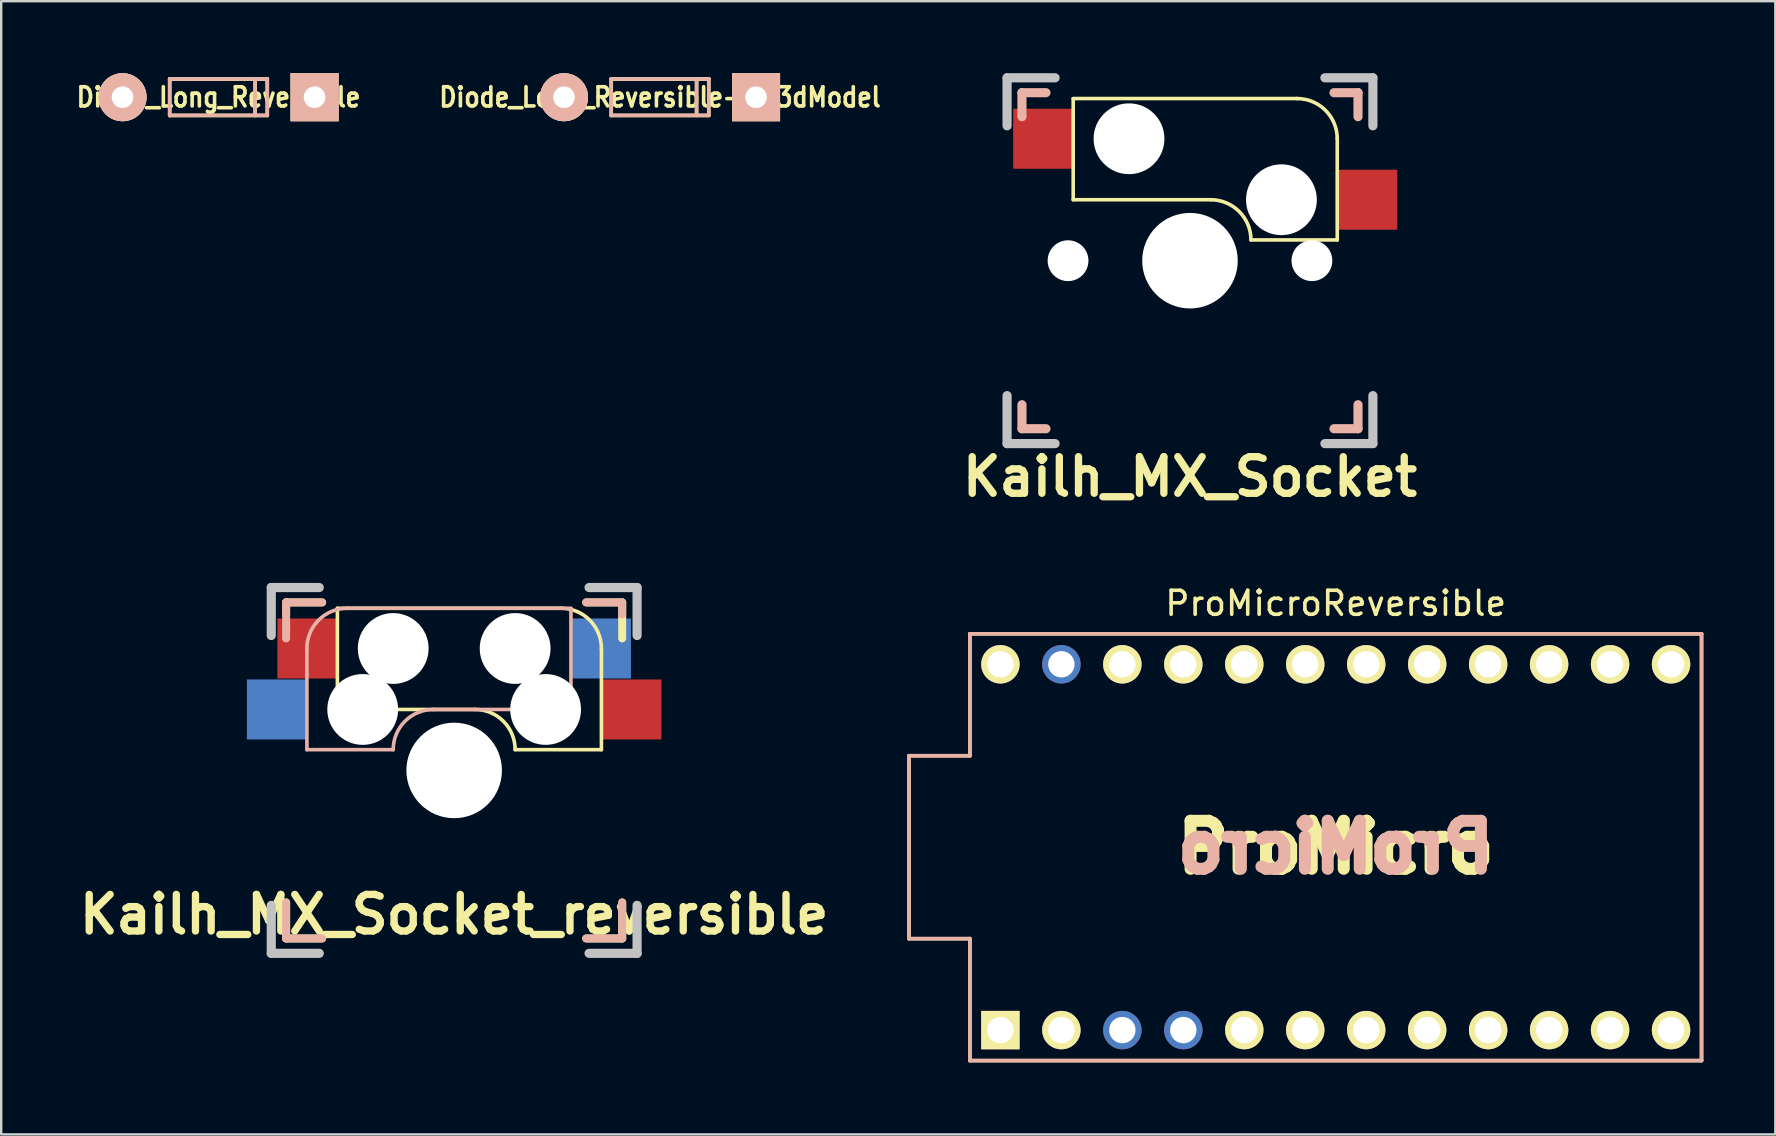
<source format=kicad_pcb>
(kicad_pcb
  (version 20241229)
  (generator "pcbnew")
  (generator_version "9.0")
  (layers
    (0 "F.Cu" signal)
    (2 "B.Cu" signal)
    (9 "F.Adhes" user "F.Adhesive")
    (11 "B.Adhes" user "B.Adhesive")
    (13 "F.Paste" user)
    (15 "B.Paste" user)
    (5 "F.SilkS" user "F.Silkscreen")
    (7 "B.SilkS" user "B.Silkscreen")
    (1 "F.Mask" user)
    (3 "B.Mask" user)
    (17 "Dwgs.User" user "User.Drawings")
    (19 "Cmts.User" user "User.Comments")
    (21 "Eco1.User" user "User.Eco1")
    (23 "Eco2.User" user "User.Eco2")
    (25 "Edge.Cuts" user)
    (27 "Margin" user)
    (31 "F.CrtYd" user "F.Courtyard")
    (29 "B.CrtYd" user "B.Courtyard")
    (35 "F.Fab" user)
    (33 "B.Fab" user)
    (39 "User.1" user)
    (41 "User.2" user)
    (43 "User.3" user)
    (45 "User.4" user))
  (footprint "Diode_Long_Reversible-No3dModel"
    (layer "F.Cu")
    (at 24.448 1)
    (property "Reference" "Diode_Long_Reversible-No3dModel" (at 0 0 0) (layer "F.SilkS") (effects (font (size 0.8 0.7) (thickness 0.15))))
    (attr through_hole)
    (fp_line (start -2.032 -0.762) (end -2.032 0.762) (stroke (width 0.15) (type solid)) (layer "F.SilkS"))
    (fp_line (start -2.032 -0.762) (end 2.032 -0.762) (stroke (width 0.15) (type solid)) (layer "F.SilkS"))
    (fp_line (start -2.032 0.762) (end 2.032 0.762) (stroke (width 0.15) (type solid)) (layer "F.SilkS"))
    (fp_line (start 1.524 0.762) (end 1.524 -0.762) (stroke (width 0.15) (type solid)) (layer "F.SilkS"))
    (fp_line (start 2.032 -0.762) (end -2.032 -0.762) (stroke (width 0.15) (type solid)) (layer "F.SilkS"))
    (fp_line (start 2.032 0.762) (end 2.032 -0.762) (stroke (width 0.15) (type solid)) (layer "F.SilkS"))
    (fp_line (start -2.04 -0.762) (end -2.04 0.762) (stroke (width 0.15) (type solid)) (layer "B.SilkS"))
    (fp_line (start -2.04 -0.762) (end 2.024 -0.762) (stroke (width 0.15) (type solid)) (layer "B.SilkS"))
    (fp_line (start -2.035 0.752) (end 2.029 0.752) (stroke (width 0.15) (type solid)) (layer "B.SilkS"))
    (fp_line (start 1.521 0.752) (end 1.521 -0.772) (stroke (width 0.15) (type solid)) (layer "B.SilkS"))
    (fp_line (start 2.029 0.752) (end 2.029 -0.772) (stroke (width 0.15) (type solid)) (layer "B.SilkS"))
    (pad "1" thru_hole rect (at 4 0) (size 2 2) (drill 0.9) (layers "*.Cu" "*.SilkS" "*.Mask"))
    (pad "2" thru_hole circle (at -4 0) (size 2 2) (drill 0.9) (layers "*.Cu" "*.SilkS" "*.Mask")))
  (footprint "Kailh_MX_Socket_reversible"
    (layer "F.Cu")
    (at 15.871 29.047)
    (property "Reference" "Kailh_MX_Socket_reversible" (at 0 6 0) (layer "F.SilkS") (effects (font (size 1.524 1.524) (thickness 0.305))))
    (attr through_hole)
    (fp_line (start -7 -7) (end -7 -6.5) (stroke (width 0.332) (type solid)) (layer "F.SilkS"))
    (fp_line (start -7 -7) (end -5.5 -7) (stroke (width 0.332) (type solid)) (layer "F.SilkS"))
    (fp_line (start -7 5.5) (end -7 7) (stroke (width 0.332) (type solid)) (layer "F.SilkS"))
    (fp_line (start -7 7) (end -5.5 7) (stroke (width 0.332) (type solid)) (layer "F.SilkS"))
    (fp_line (start -4.865 -6.75) (end -4.865 -2.54) (stroke (width 0.15) (type solid)) (layer "F.SilkS"))
    (fp_line (start 0.865 -2.54) (end -4.865 -2.54) (stroke (width 0.15) (type solid)) (layer "F.SilkS"))
    (fp_line (start 4.46 -6.755) (end -4.865 -6.755) (stroke (width 0.15) (type solid)) (layer "F.SilkS"))
    (fp_line (start 5.5 -7) (end 7 -7) (stroke (width 0.332) (type solid)) (layer "F.SilkS"))
    (fp_line (start 5.5 7) (end 7 7) (stroke (width 0.332) (type solid)) (layer "F.SilkS"))
    (fp_line (start 6.135 -5.08) (end 6.135 -0.865) (stroke (width 0.15) (type solid)) (layer "F.SilkS"))
    (fp_line (start 6.135 -0.865) (end 2.54 -0.865) (stroke (width 0.15) (type solid)) (layer "F.SilkS"))
    (fp_line (start 7 -7) (end 7 -5.5) (stroke (width 0.332) (type solid)) (layer "F.SilkS"))
    (fp_line (start 7 5.5) (end 7 7) (stroke (width 0.332) (type solid)) (layer "F.SilkS"))
    (fp_arc (start 0.865 -2.54) (mid 2.049404 -2.049404) (end 2.54 -0.865) (stroke (width 0.15) (type solid)) (layer "F.SilkS"))
    (fp_arc (start 4.46 -6.755) (mid 5.644404 -6.264404) (end 6.135 -5.08) (stroke (width 0.15) (type solid)) (layer "F.SilkS"))
    (fp_line (start -7 -7) (end -7 -5.5) (stroke (width 0.332) (type solid)) (layer "B.SilkS"))
    (fp_line (start -7 -7) (end -5.5 -7) (stroke (width 0.332) (type solid)) (layer "B.SilkS"))
    (fp_line (start -7 5.5) (end -7 7) (stroke (width 0.332) (type solid)) (layer "B.SilkS"))
    (fp_line (start -7 7) (end -5.5 7) (stroke (width 0.332) (type solid)) (layer "B.SilkS"))
    (fp_line (start -6.135 -5.08) (end -6.135 -0.865) (stroke (width 0.15) (type solid)) (layer "B.SilkS"))
    (fp_line (start -6.135 -0.865) (end -2.54 -0.865) (stroke (width 0.15) (type solid)) (layer "B.SilkS"))
    (fp_line (start -4.46 -6.755) (end 4.865 -6.755) (stroke (width 0.15) (type solid)) (layer "B.SilkS"))
    (fp_line (start -0.865 -2.54) (end 4.865 -2.54) (stroke (width 0.15) (type solid)) (layer "B.SilkS"))
    (fp_line (start 4.865 -6.75) (end 4.865 -2.54) (stroke (width 0.15) (type solid)) (layer "B.SilkS"))
    (fp_line (start 5.5 -7) (end 7 -7) (stroke (width 0.332) (type solid)) (layer "B.SilkS"))
    (fp_line (start 5.5 7) (end 7 7) (stroke (width 0.332) (type solid)) (layer "B.SilkS"))
    (fp_line (start 7 -7) (end 7 -6.5) (stroke (width 0.332) (type solid)) (layer "B.SilkS"))
    (fp_line (start 7 5.5) (end 7 7) (stroke (width 0.332) (type solid)) (layer "B.SilkS"))
    (fp_arc (start -6.135 -5.08) (mid -5.644404 -6.264404) (end -4.46 -6.755) (stroke (width 0.15) (type solid)) (layer "B.SilkS"))
    (fp_arc (start -2.54 -0.865) (mid -2.049404 -2.049404) (end -0.865 -2.54) (stroke (width 0.15) (type solid)) (layer "B.SilkS"))
    (fp_line (start -7.62 -7.62) (end -5.62 -7.62) (stroke (width 0.381) (type solid)) (layer "Dwgs.User"))
    (fp_line (start -7.62 -5.62) (end -7.62 -7.62) (stroke (width 0.381) (type solid)) (layer "Dwgs.User"))
    (fp_line (start -7.62 5.62) (end -7.62 7.62) (stroke (width 0.381) (type solid)) (layer "Dwgs.User"))
    (fp_line (start -7.62 7.62) (end -5.62 7.62) (stroke (width 0.381) (type solid)) (layer "Dwgs.User"))
    (fp_line (start 5.62 -7.62) (end 7.62 -7.62) (stroke (width 0.381) (type solid)) (layer "Dwgs.User"))
    (fp_line (start 5.62 7.62) (end 7.62 7.62) (stroke (width 0.381) (type solid)) (layer "Dwgs.User"))
    (fp_line (start 7.62 -7.62) (end 7.62 -5.62) (stroke (width 0.381) (type solid)) (layer "Dwgs.User"))
    (fp_line (start 7.62 5.62) (end 7.62 7.62) (stroke (width 0.381) (type solid)) (layer "Dwgs.User"))
    (pad "" np_thru_hole circle (at -3.81 -2.54) (size 2.95 2.95) (drill 2.95) (layers "*.Cu" "*.Mask"))
    (pad "" np_thru_hole circle (at -2.54 -5.08) (size 2.95 2.95) (drill 2.95) (layers "*.Cu" "*.Mask"))
    (pad "" np_thru_hole circle (at 0 0) (size 3.98 3.98) (drill 3.98) (layers "*.Cu" "*.Mask"))
    (pad "" np_thru_hole circle (at 2.54 -5.08) (size 2.95 2.95) (drill 2.95) (layers "*.Cu" "*.Mask"))
    (pad "" np_thru_hole circle (at 3.81 -2.54) (size 2.95 2.95) (drill 2.95) (layers "*.Cu" "*.Mask"))
    (pad "1" smd rect (at -7.36 -2.54) (size 2.55 2.5) (layers "B.Cu" "B.Mask" "B.Paste"))
    (pad "1" smd rect (at 7.36 -2.54) (size 2.55 2.5) (layers "F.Cu" "F.Mask" "F.Paste"))
    (pad "2" smd rect (at -6.09 -5.08) (size 2.55 2.5) (layers "F.Cu" "F.Mask" "F.Paste"))
    (pad "2" smd rect (at 6.09 -5.08) (size 2.55 2.5) (layers "B.Cu" "B.Mask" "B.Paste")))
  (footprint "Diode_Long_Reversible"
    (layer "F.Cu")
    (at 6.055 1)
    (property "Reference" "Diode_Long_Reversible" (at 0 0 0) (layer "F.SilkS") (effects (font (size 0.8 0.7) (thickness 0.15))))
    (attr through_hole)
    (fp_line (start -2.032 -0.762) (end -2.032 0.762) (stroke (width 0.15) (type solid)) (layer "F.SilkS"))
    (fp_line (start -2.032 -0.762) (end 2.032 -0.762) (stroke (width 0.15) (type solid)) (layer "F.SilkS"))
    (fp_line (start -2.032 0.762) (end 2.032 0.762) (stroke (width 0.15) (type solid)) (layer "F.SilkS"))
    (fp_line (start 1.524 0.762) (end 1.524 -0.762) (stroke (width 0.15) (type solid)) (layer "F.SilkS"))
    (fp_line (start 2.032 -0.762) (end -2.032 -0.762) (stroke (width 0.15) (type solid)) (layer "F.SilkS"))
    (fp_line (start 2.032 0.762) (end 2.032 -0.762) (stroke (width 0.15) (type solid)) (layer "F.SilkS"))
    (fp_line (start -2.04 -0.762) (end -2.04 0.762) (stroke (width 0.15) (type solid)) (layer "B.SilkS"))
    (fp_line (start -2.04 -0.762) (end 2.024 -0.762) (stroke (width 0.15) (type solid)) (layer "B.SilkS"))
    (fp_line (start -2.035 0.752) (end 2.029 0.752) (stroke (width 0.15) (type solid)) (layer "B.SilkS"))
    (fp_line (start 1.521 0.752) (end 1.521 -0.772) (stroke (width 0.15) (type solid)) (layer "B.SilkS"))
    (fp_line (start 2.029 0.752) (end 2.029 -0.772) (stroke (width 0.15) (type solid)) (layer "B.SilkS"))
    (pad "1" thru_hole rect (at 4 0) (size 2 2) (drill 0.9) (layers "*.Cu" "*.SilkS" "*.Mask"))
    (pad "2" thru_hole circle (at -4 0) (size 2 2) (drill 0.9) (layers "*.Cu" "*.SilkS" "*.Mask")))
  (footprint "ProMicroReversible"
    (layer "F.Cu")
    (at 52.598 32.245)
    (property "Reference" "ProMicroReversible" (at 0 -10.16 0) (layer "F.SilkS") (effects (font (size 1 1) (thickness 0.15))))
    (attr through_hole)
    (fp_line (start -17.78 -3.81) (end -15.24 -3.81) (stroke (width 0.15) (type solid)) (layer "F.SilkS"))
    (fp_line (start -17.78 3.81) (end -17.78 -3.81) (stroke (width 0.15) (type solid)) (layer "F.SilkS"))
    (fp_line (start -15.24 -8.89) (end 15.24 -8.89) (stroke (width 0.15) (type solid)) (layer "F.SilkS"))
    (fp_line (start -15.24 -3.81) (end -15.24 -8.89) (stroke (width 0.15) (type solid)) (layer "F.SilkS"))
    (fp_line (start -15.24 3.81) (end -17.78 3.81) (stroke (width 0.15) (type solid)) (layer "F.SilkS"))
    (fp_line (start -15.24 8.89) (end -15.24 3.81) (stroke (width 0.15) (type solid)) (layer "F.SilkS"))
    (fp_line (start -15.24 8.89) (end 15.24 8.89) (stroke (width 0.15) (type solid)) (layer "F.SilkS"))
    (fp_line (start 15.24 -8.89) (end 15.24 8.89) (stroke (width 0.15) (type solid)) (layer "F.SilkS"))
    (fp_line (start -17.78 -3.81) (end -15.24 -3.81) (stroke (width 0.15) (type solid)) (layer "B.SilkS"))
    (fp_line (start -17.78 3.81) (end -17.78 -3.81) (stroke (width 0.15) (type solid)) (layer "B.SilkS"))
    (fp_line (start -15.24 -8.89) (end 15.24 -8.89) (stroke (width 0.15) (type solid)) (layer "B.SilkS"))
    (fp_line (start -15.24 -3.81) (end -15.24 -8.89) (stroke (width 0.15) (type solid)) (layer "B.SilkS"))
    (fp_line (start -15.24 3.81) (end -17.78 3.81) (stroke (width 0.15) (type solid)) (layer "B.SilkS"))
    (fp_line (start -15.24 8.89) (end -15.24 3.81) (stroke (width 0.15) (type solid)) (layer "B.SilkS"))
    (fp_line (start 15.24 -8.89) (end 15.24 8.89) (stroke (width 0.15) (type solid)) (layer "B.SilkS"))
    (fp_line (start 15.24 8.89) (end -15.24 8.89) (stroke (width 0.15) (type solid)) (layer "B.SilkS"))
    (fp_text user "ProMicro" (at 0 0 0) (layer "F.SilkS") (effects (font (size 2 2) (thickness 0.5))))
    (fp_text user "ProMicro" (at 0 0 0) (layer "B.SilkS") (effects (font (size 2 2) (thickness 0.5)) (justify mirror)))
    (pad "1" thru_hole rect (at -13.97 7.62) (size 1.6 1.6) (drill 1.1) (layers "*.Cu" "*.Mask" "F.SilkS"))
    (pad "2" thru_hole circle (at -11.43 7.62) (size 1.6 1.6) (drill 1.1) (layers "*.Cu" "*.Mask" "F.SilkS"))
    (pad "3" thru_hole circle (at -8.89 7.62) (size 1.6 1.6) (drill 1.1) (layers "*.Cu" "*.Mask"))
    (pad "4" thru_hole circle (at -6.35 7.62) (size 1.6 1.6) (drill 1.1) (layers "*.Cu" "*.Mask"))
    (pad "5" thru_hole circle (at -3.81 7.62) (size 1.6 1.6) (drill 1.1) (layers "*.Cu" "*.Mask" "F.SilkS"))
    (pad "6" thru_hole circle (at -1.27 7.62) (size 1.6 1.6) (drill 1.1) (layers "*.Cu" "*.Mask" "F.SilkS"))
    (pad "7" thru_hole circle (at 1.27 7.62) (size 1.6 1.6) (drill 1.1) (layers "*.Cu" "*.Mask" "F.SilkS"))
    (pad "8" thru_hole circle (at 3.81 7.62) (size 1.6 1.6) (drill 1.1) (layers "*.Cu" "*.Mask" "F.SilkS"))
    (pad "9" thru_hole circle (at 6.35 7.62) (size 1.6 1.6) (drill 1.1) (layers "*.Cu" "*.Mask" "F.SilkS"))
    (pad "10" thru_hole circle (at 8.89 7.62) (size 1.6 1.6) (drill 1.1) (layers "*.Cu" "*.Mask" "F.SilkS"))
    (pad "11" thru_hole circle (at 11.43 7.62) (size 1.6 1.6) (drill 1.1) (layers "*.Cu" "*.Mask" "F.SilkS"))
    (pad "12" thru_hole circle (at 13.97 7.62) (size 1.6 1.6) (drill 1.1) (layers "*.Cu" "*.Mask" "F.SilkS"))
    (pad "13" thru_hole circle (at 13.97 -7.62) (size 1.6 1.6) (drill 1.1) (layers "*.Cu" "*.Mask" "F.SilkS"))
    (pad "14" thru_hole circle (at 11.43 -7.62) (size 1.6 1.6) (drill 1.1) (layers "*.Cu" "*.Mask" "F.SilkS"))
    (pad "15" thru_hole circle (at 8.89 -7.62) (size 1.6 1.6) (drill 1.1) (layers "*.Cu" "*.Mask" "F.SilkS"))
    (pad "16" thru_hole circle (at 6.35 -7.62) (size 1.6 1.6) (drill 1.1) (layers "*.Cu" "*.Mask" "F.SilkS"))
    (pad "17" thru_hole circle (at 3.81 -7.62) (size 1.6 1.6) (drill 1.1) (layers "*.Cu" "*.Mask" "F.SilkS"))
    (pad "18" thru_hole circle (at 1.27 -7.62) (size 1.6 1.6) (drill 1.1) (layers "*.Cu" "*.Mask" "F.SilkS"))
    (pad "19" thru_hole circle (at -1.27 -7.62) (size 1.6 1.6) (drill 1.1) (layers "*.Cu" "*.Mask" "F.SilkS"))
    (pad "20" thru_hole circle (at -3.81 -7.62) (size 1.6 1.6) (drill 1.1) (layers "*.Cu" "*.Mask" "F.SilkS"))
    (pad "21" thru_hole circle (at -6.35 -7.62) (size 1.6 1.6) (drill 1.1) (layers "*.Cu" "*.Mask" "F.SilkS"))
    (pad "22" thru_hole circle (at -8.89 -7.62) (size 1.6 1.6) (drill 1.1) (layers "*.Cu" "*.Mask" "F.SilkS"))
    (pad "23" thru_hole circle (at -11.43 -7.62) (size 1.6 1.6) (drill 1.1) (layers "*.Cu" "*.Mask"))
    (pad "24" thru_hole circle (at -13.97 -7.62) (size 1.6 1.6) (drill 1.1) (layers "*.Cu" "*.Mask" "F.SilkS")))
  (footprint "Kailh_MX_Socket"
    (layer "F.Cu")
    (at 46.526 7.811)
    (property "Reference" "Kailh_MX_Socket" (at 0 9 0) (layer "F.SilkS") (effects (font (size 1.524 1.524) (thickness 0.305))))
    (attr through_hole)
    (fp_line (start -4.865 -6.75) (end -4.865 -2.54) (stroke (width 0.15) (type solid)) (layer "F.SilkS"))
    (fp_line (start 0.865 -2.54) (end -4.865 -2.54) (stroke (width 0.15) (type solid)) (layer "F.SilkS"))
    (fp_line (start 4.46 -6.755) (end -4.865 -6.755) (stroke (width 0.15) (type solid)) (layer "F.SilkS"))
    (fp_line (start 6.135 -5.08) (end 6.135 -0.865) (stroke (width 0.15) (type solid)) (layer "F.SilkS"))
    (fp_line (start 6.135 -0.865) (end 2.54 -0.865) (stroke (width 0.15) (type solid)) (layer "F.SilkS"))
    (fp_arc (start 0.865 -2.54) (mid 2.049404 -2.049404) (end 2.54 -0.865) (stroke (width 0.15) (type solid)) (layer "F.SilkS"))
    (fp_arc (start 4.46 -6.755) (mid 5.644404 -6.264404) (end 6.135 -5.08) (stroke (width 0.15) (type solid)) (layer "F.SilkS"))
    (fp_line (start -7 -7) (end -6 -7) (stroke (width 0.381) (type solid)) (layer "B.SilkS"))
    (fp_line (start -7 -6) (end -7 -7) (stroke (width 0.381) (type solid)) (layer "B.SilkS"))
    (fp_line (start -7 7) (end -7 6) (stroke (width 0.381) (type solid)) (layer "B.SilkS"))
    (fp_line (start -6 7) (end -7 7) (stroke (width 0.381) (type solid)) (layer "B.SilkS"))
    (fp_line (start 6 -7) (end 7 -7) (stroke (width 0.381) (type solid)) (layer "B.SilkS"))
    (fp_line (start 7 -7) (end 7 -6) (stroke (width 0.381) (type solid)) (layer "B.SilkS"))
    (fp_line (start 7 6) (end 7 7) (stroke (width 0.381) (type solid)) (layer "B.SilkS"))
    (fp_line (start 7 7) (end 6 7) (stroke (width 0.381) (type solid)) (layer "B.SilkS"))
    (fp_line (start -7.62 -7.62) (end -5.62 -7.62) (stroke (width 0.381) (type solid)) (layer "Dwgs.User"))
    (fp_line (start -7.62 -5.62) (end -7.62 -7.62) (stroke (width 0.381) (type solid)) (layer "Dwgs.User"))
    (fp_line (start -7.62 5.62) (end -7.62 7.62) (stroke (width 0.381) (type solid)) (layer "Dwgs.User"))
    (fp_line (start -7.62 7.62) (end -5.62 7.62) (stroke (width 0.381) (type solid)) (layer "Dwgs.User"))
    (fp_line (start 5.62 -7.62) (end 7.62 -7.62) (stroke (width 0.381) (type solid)) (layer "Dwgs.User"))
    (fp_line (start 5.62 7.62) (end 7.62 7.62) (stroke (width 0.381) (type solid)) (layer "Dwgs.User"))
    (fp_line (start 7.62 -7.62) (end 7.62 -5.62) (stroke (width 0.381) (type solid)) (layer "Dwgs.User"))
    (fp_line (start 7.62 5.62) (end 7.62 7.62) (stroke (width 0.381) (type solid)) (layer "Dwgs.User"))
    (pad "" np_thru_hole circle (at -5.08 0) (size 1.7 1.7) (drill 1.7) (layers "*.Cu" "*.Mask"))
    (pad "" np_thru_hole circle (at -2.54 -5.08) (size 2.95 2.95) (drill 2.95) (layers "*.Cu" "*.Mask"))
    (pad "" np_thru_hole circle (at 0 0) (size 3.98 3.98) (drill 3.98) (layers "*.Cu" "*.Mask"))
    (pad "" np_thru_hole circle (at 3.81 -2.54) (size 2.95 2.95) (drill 2.95) (layers "*.Cu" "*.Mask"))
    (pad "" np_thru_hole circle (at 5.08 0) (size 1.7 1.7) (drill 1.7) (layers "*.Cu" "*.Mask"))
    (pad "1" smd rect (at 7.36 -2.54) (size 2.55 2.5) (layers "F.Cu" "F.Mask" "F.Paste"))
    (pad "2" smd rect (at -6.09 -5.08) (size 2.55 2.5) (layers "F.Cu" "F.Mask" "F.Paste")))
  (gr_rect
    (start -3 -3)
    (end 70.913 44.21)
    (stroke (width 0.1) (type default))
    (fill no)
    (layer "Edge.Cuts")))
</source>
